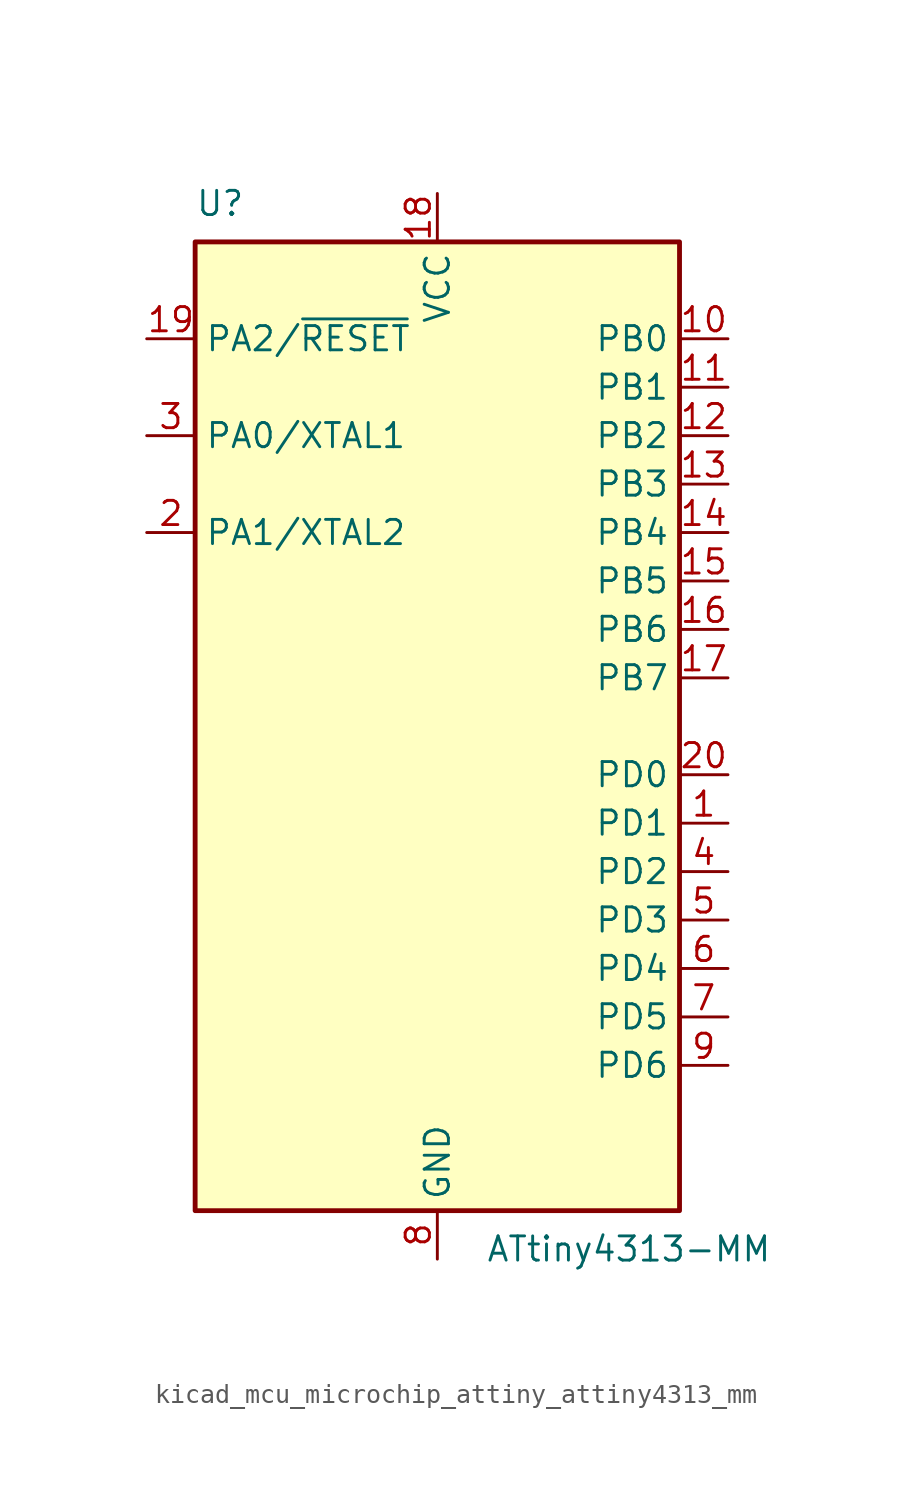
<source format=kicad_sym>
(kicad_symbol_lib
  (version 20220914)
  (generator kicad_symbol_editor)
  (symbol "kicad_mcu_microchip_attiny_attiny4313_mm"
    (property "Reference" "U"
      (at -12.7 26.67 0)
      (effects (font (size 1.27 1.27)) (justify left bottom)))
    (property "Value" "ATtiny4313-MM"
      (at 2.54 -26.67 0)
      (effects (font (size 1.27 1.27)) (justify left top)))
    (symbol "kicad_mcu_microchip_attiny_attiny4313_mm_0_1"
      (rectangle (start -12.7 -25.4) (end 12.7 25.4) (stroke (width 0.254) (type default)) (fill (type background))))
    (symbol "kicad_mcu_microchip_attiny_attiny4313_mm_1_1"
      (pin bidirectional line (at 15.24 -5.08 180) (length 2.54) (name "PD1" (effects (font (size 1.27 1.27)))) (number "1" (effects (font (size 1.27 1.27)))))
      (pin bidirectional line (at 15.24 20.32 180) (length 2.54) (name "PB0" (effects (font (size 1.27 1.27)))) (number "10" (effects (font (size 1.27 1.27)))))
      (pin bidirectional line (at 15.24 17.78 180) (length 2.54) (name "PB1" (effects (font (size 1.27 1.27)))) (number "11" (effects (font (size 1.27 1.27)))))
      (pin bidirectional line (at 15.24 15.24 180) (length 2.54) (name "PB2" (effects (font (size 1.27 1.27)))) (number "12" (effects (font (size 1.27 1.27)))))
      (pin bidirectional line (at 15.24 12.7 180) (length 2.54) (name "PB3" (effects (font (size 1.27 1.27)))) (number "13" (effects (font (size 1.27 1.27)))))
      (pin bidirectional line (at 15.24 10.16 180) (length 2.54) (name "PB4" (effects (font (size 1.27 1.27)))) (number "14" (effects (font (size 1.27 1.27)))))
      (pin bidirectional line (at 15.24 7.62 180) (length 2.54) (name "PB5" (effects (font (size 1.27 1.27)))) (number "15" (effects (font (size 1.27 1.27)))))
      (pin bidirectional line (at 15.24 5.08 180) (length 2.54) (name "PB6" (effects (font (size 1.27 1.27)))) (number "16" (effects (font (size 1.27 1.27)))))
      (pin bidirectional line (at 15.24 2.54 180) (length 2.54) (name "PB7" (effects (font (size 1.27 1.27)))) (number "17" (effects (font (size 1.27 1.27)))))
      (pin power_in line (at 0 27.94 270) (length 2.54) (name "VCC" (effects (font (size 1.27 1.27)))) (number "18" (effects (font (size 1.27 1.27)))))
      (pin bidirectional line (at -15.24 20.32 0) (length 2.54) (name "PA2/~{RESET}" (effects (font (size 1.27 1.27)))) (number "19" (effects (font (size 1.27 1.27)))))
      (pin bidirectional line (at -15.24 10.16 0) (length 2.54) (name "PA1/XTAL2" (effects (font (size 1.27 1.27)))) (number "2" (effects (font (size 1.27 1.27)))))
      (pin bidirectional line (at 15.24 -2.54 180) (length 2.54) (name "PD0" (effects (font (size 1.27 1.27)))) (number "20" (effects (font (size 1.27 1.27)))))
      (pin passive line (at 0 -27.94 90) (length 2.54) hide (name "GND" (effects (font (size 1.27 1.27)))) (number "21" (effects (font (size 1.27 1.27)))))
      (pin bidirectional line (at -15.24 15.24 0) (length 2.54) (name "PA0/XTAL1" (effects (font (size 1.27 1.27)))) (number "3" (effects (font (size 1.27 1.27)))))
      (pin bidirectional line (at 15.24 -7.62 180) (length 2.54) (name "PD2" (effects (font (size 1.27 1.27)))) (number "4" (effects (font (size 1.27 1.27)))))
      (pin bidirectional line (at 15.24 -10.16 180) (length 2.54) (name "PD3" (effects (font (size 1.27 1.27)))) (number "5" (effects (font (size 1.27 1.27)))))
      (pin bidirectional line (at 15.24 -12.7 180) (length 2.54) (name "PD4" (effects (font (size 1.27 1.27)))) (number "6" (effects (font (size 1.27 1.27)))))
      (pin bidirectional line (at 15.24 -15.24 180) (length 2.54) (name "PD5" (effects (font (size 1.27 1.27)))) (number "7" (effects (font (size 1.27 1.27)))))
      (pin power_in line (at 0 -27.94 90) (length 2.54) (name "GND" (effects (font (size 1.27 1.27)))) (number "8" (effects (font (size 1.27 1.27)))))
      (pin bidirectional line (at 15.24 -17.78 180) (length 2.54) (name "PD6" (effects (font (size 1.27 1.27)))) (number "9" (effects (font (size 1.27 1.27))))))))
</source>
